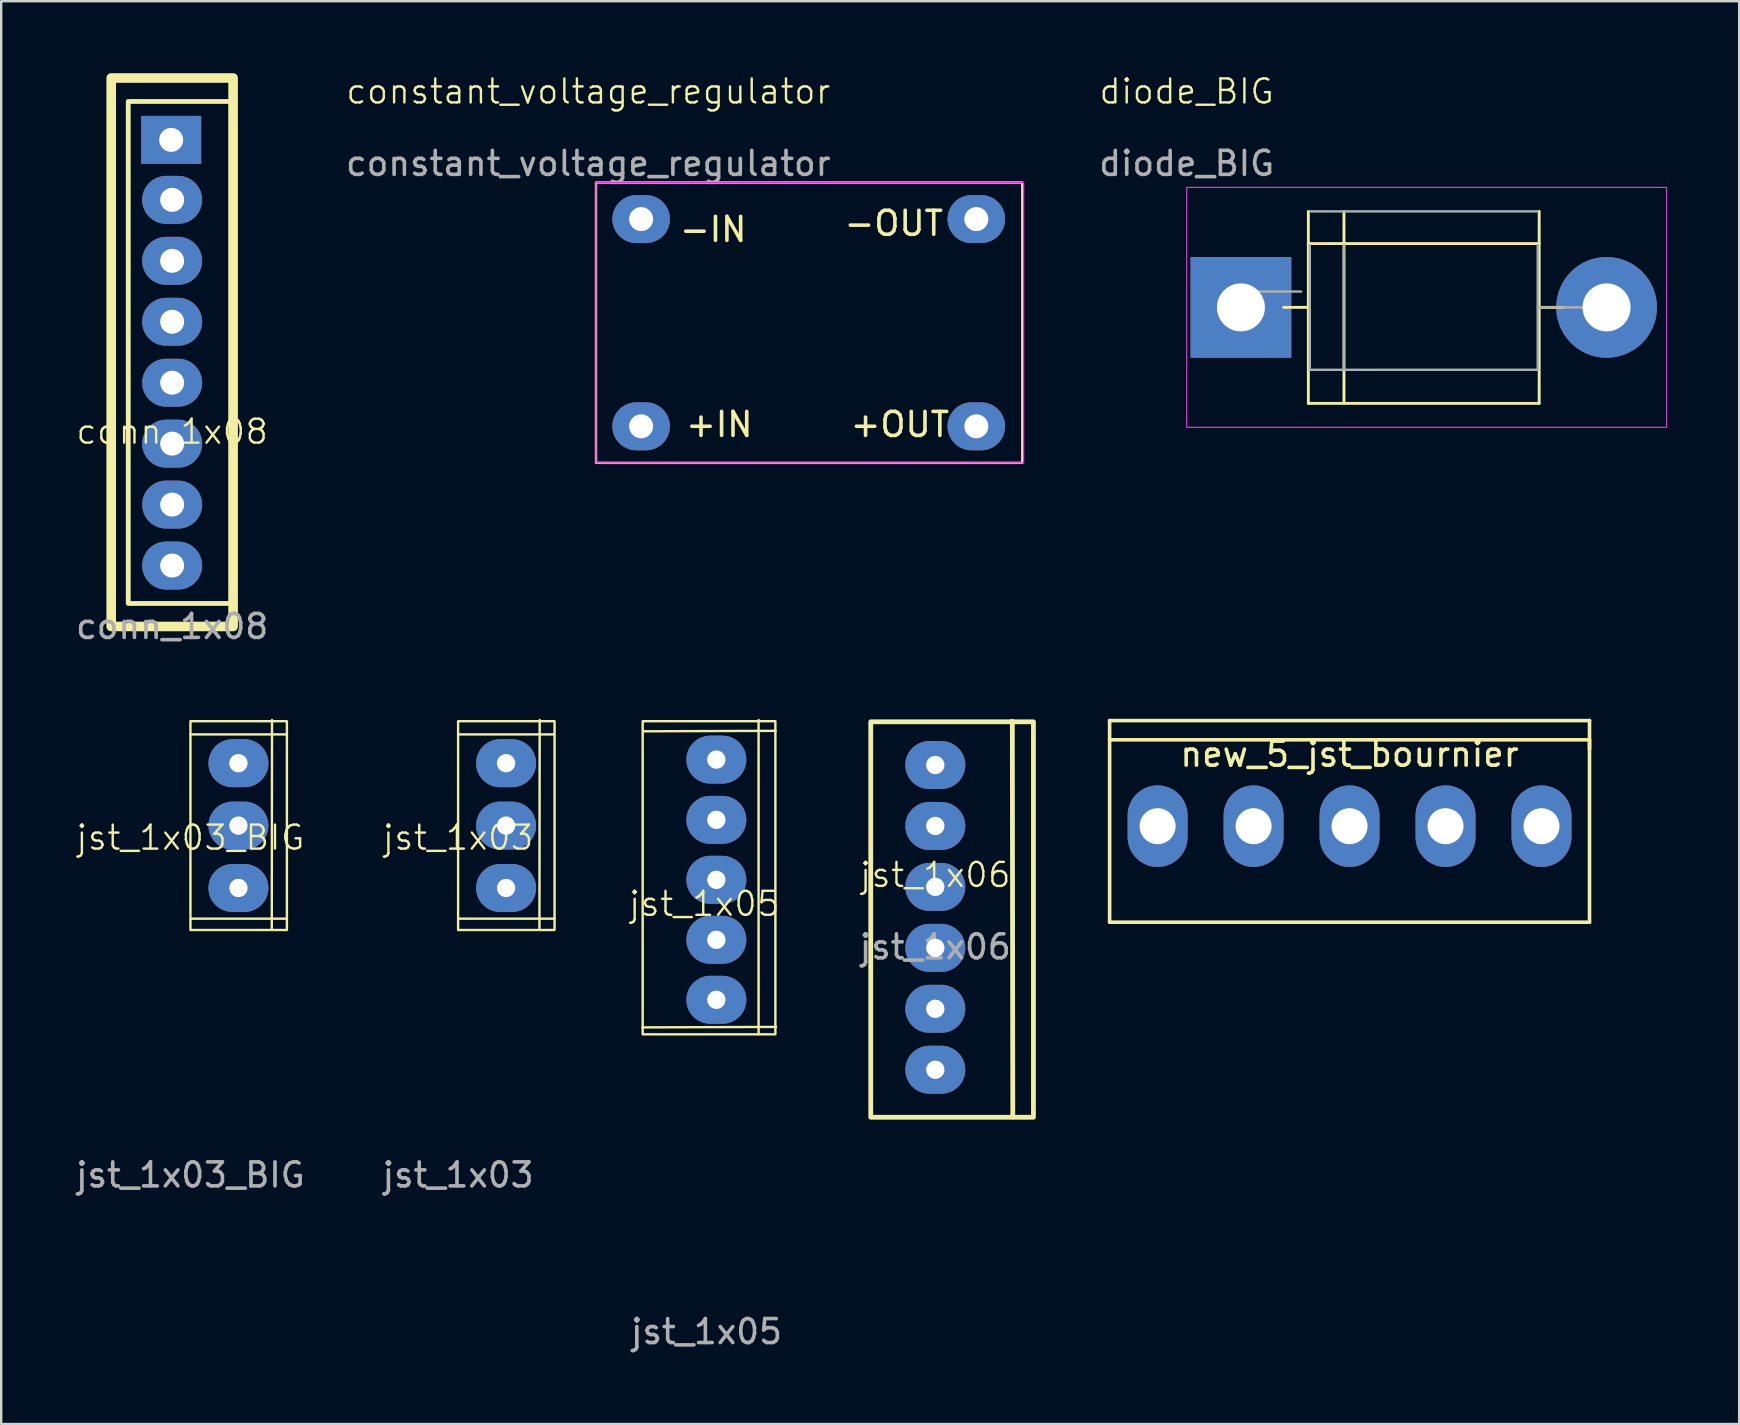
<source format=kicad_pcb>
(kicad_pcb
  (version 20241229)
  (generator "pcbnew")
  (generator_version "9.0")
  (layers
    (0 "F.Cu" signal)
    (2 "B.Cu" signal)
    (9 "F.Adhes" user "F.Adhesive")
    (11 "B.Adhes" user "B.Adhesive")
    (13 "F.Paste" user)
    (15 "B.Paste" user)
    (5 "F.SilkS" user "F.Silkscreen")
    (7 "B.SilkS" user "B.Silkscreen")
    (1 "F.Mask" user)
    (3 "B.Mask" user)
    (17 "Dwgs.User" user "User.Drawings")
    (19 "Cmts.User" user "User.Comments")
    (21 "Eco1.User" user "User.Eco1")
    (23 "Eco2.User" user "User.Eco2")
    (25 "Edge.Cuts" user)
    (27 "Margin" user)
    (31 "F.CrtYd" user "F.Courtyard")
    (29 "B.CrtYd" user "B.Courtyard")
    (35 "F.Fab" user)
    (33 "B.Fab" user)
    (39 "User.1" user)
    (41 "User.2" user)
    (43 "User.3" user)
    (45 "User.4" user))
  (footprint "jst_1x03"
    (layer "F.Cu")
    (at 16.042 35.758)
    (property "Reference" "jst_1x03" (at 0 -3.9 0) (unlocked yes) (layer "F.SilkS") (effects (font (size 1 1) (thickness 0.1))))
    (attr through_hole)
    (fp_line (start 0 -8.2) (end 4 -8.2) (stroke (width 0.1) (type default)) (layer "F.SilkS"))
    (fp_line (start 0.02 -0.52) (end 4.02 -0.52) (stroke (width 0.1) (type default)) (layer "F.SilkS"))
    (fp_line (start 3.4 -8.8) (end 3.39 -0.07) (stroke (width 0.1) (type default)) (layer "F.SilkS"))
    (fp_rect (start 0 -8.75) (end 4.02 -0.05) (stroke (width 0.1) (type default)) (fill no) (layer "F.SilkS"))
    (fp_text user "${REFERENCE}" (at 0 10.16 0) (unlocked yes) (layer "F.Fab") (effects (font (size 1 1) (thickness 0.15))))
    (pad "1" thru_hole oval (at 2 -7) (size 2.5 2) (drill 0.762) (layers "*.Cu" "*.Mask"))
    (pad "2" thru_hole oval (at 2 -4.4) (size 2.5 2) (drill 0.762) (layers "*.Cu" "*.Mask"))
    (pad "3" thru_hole oval (at 2 -1.8) (size 2.5 2) (drill 0.762) (layers "*.Cu" "*.Mask")))
  (footprint "diode_BIG"
    (layer "F.Cu")
    (at 46.407 4.761)
    (property "Reference" "diode_BIG" (at 0 -4 0) (unlocked yes) (layer "F.SilkS") (effects (font (size 1 1) (thickness 0.1))))
    (attr smd)
    (fp_line (start 4.04 5) (end 5.07 5) (stroke (width 0.12) (type solid)) (layer "F.SilkS"))
    (fp_line (start 5.07 1) (end 5.07 9) (stroke (width 0.12) (type solid)) (layer "F.SilkS"))
    (fp_line (start 5.07 9) (end 14.69 9) (stroke (width 0.12) (type solid)) (layer "F.SilkS"))
    (fp_line (start 6.555 1) (end 6.555 9) (stroke (width 0.12) (type solid)) (layer "F.SilkS"))
    (fp_line (start 14.69 2.34) (end 5.07 2.34) (stroke (width 0.12) (type solid)) (layer "F.SilkS"))
    (fp_line (start 14.69 9) (end 14.69 1) (stroke (width 0.12) (type solid)) (layer "F.SilkS"))
    (fp_line (start 15.72 5) (end 14.69 5) (stroke (width 0.12) (type solid)) (layer "F.SilkS"))
    (fp_rect (start 0 0) (end 20 10) (stroke (width 0.05) (type default)) (fill no) (layer "F.CrtYd"))
    (fp_line (start 1.9 4.34) (end 4.77 4.34) (stroke (width 0.1) (type solid)) (layer "F.Fab"))
    (fp_line (start 5.13 2.4) (end 5.13 7.6) (stroke (width 0.1) (type solid)) (layer "F.Fab"))
    (fp_line (start 5.13 7.6) (end 14.63 7.6) (stroke (width 0.1) (type solid)) (layer "F.Fab"))
    (fp_line (start 6.555 2.4) (end 6.555 7.6) (stroke (width 0.1) (type solid)) (layer "F.Fab"))
    (fp_line (start 14.63 1) (end 5.13 1) (stroke (width 0.1) (type solid)) (layer "F.Fab"))
    (fp_line (start 14.63 7.6) (end 14.63 2.4) (stroke (width 0.1) (type solid)) (layer "F.Fab"))
    (fp_line (start 17.5 5) (end 14.63 5) (stroke (width 0.1) (type solid)) (layer "F.Fab"))
    (fp_text user "${REFERENCE}" (at 0 -1 0) (unlocked yes) (layer "F.Fab") (effects (font (size 1 1) (thickness 0.15))))
    (pad "1" thru_hole rect (at 2.26 5) (size 4.2 4.2) (drill 2) (layers "*.Cu" "*.Mask"))
    (pad "2" thru_hole oval (at 17.5 5) (size 4.2 4.2) (drill 2) (layers "*.Cu" "*.Mask")))
  (footprint "jst_1x03_BIG"
    (layer "F.Cu")
    (at 4.887 35.758)
    (property "Reference" "jst_1x03_BIG" (at 0 -3.9 0) (unlocked yes) (layer "F.SilkS") (effects (font (size 1 1) (thickness 0.1))))
    (attr through_hole)
    (fp_line (start 0 -8.2) (end 4 -8.2) (stroke (width 0.1) (type default)) (layer "F.SilkS"))
    (fp_line (start 0.02 -0.52) (end 4.02 -0.52) (stroke (width 0.1) (type default)) (layer "F.SilkS"))
    (fp_line (start 3.4 -8.8) (end 3.39 -0.07) (stroke (width 0.1) (type default)) (layer "F.SilkS"))
    (fp_rect (start 0 -8.75) (end 4.02 -0.05) (stroke (width 0.1) (type default)) (fill no) (layer "F.SilkS"))
    (fp_text user "${REFERENCE}" (at 0 10.16 0) (unlocked yes) (layer "F.Fab") (effects (font (size 1 1) (thickness 0.15))))
    (pad "1" thru_hole oval (at 2 -7) (size 2.5 2) (drill 0.762) (layers "*.Cu" "*.Mask"))
    (pad "2" thru_hole oval (at 2 -4.4) (size 2.5 2) (drill 0.762) (layers "*.Cu" "*.Mask"))
    (pad "3" thru_hole oval (at 2 -1.8) (size 2.5 2) (drill 0.762) (layers "*.Cu" "*.Mask")))
  (footprint "conn_1x08"
    (layer "F.Cu")
    (at 4.125 15.44)
    (property "Reference" "conn_1x08" (at 0 -0.5 0) (unlocked yes) (layer "F.SilkS") (effects (font (size 1 1) (thickness 0.1))))
    (attr through_hole)
    (fp_rect (start -2.54 -15.24) (end 2.54 7.62) (stroke (width 0.4) (type default)) (fill no) (layer "F.SilkS"))
    (fp_rect (start -1.83 -14.26) (end 2.46 6.66) (stroke (width 0.2) (type default)) (fill no) (layer "F.SilkS"))
    (fp_text user "${REFERENCE}" (at 0 7.62 0) (unlocked yes) (layer "F.Fab") (effects (font (size 1 1) (thickness 0.15))))
    (pad "1" thru_hole rect (at -0.04 -12.66) (size 2.5 2) (drill 1) (layers "*.Cu" "*.Mask"))
    (pad "2" thru_hole oval (at 0 -10.16) (size 2.5 2) (drill 1) (layers "*.Cu" "*.Mask"))
    (pad "3" thru_hole oval (at 0 -7.62) (size 2.5 2) (drill 1) (layers "*.Cu" "*.Mask"))
    (pad "4" thru_hole oval (at 0 -5.08) (size 2.5 2) (drill 1) (layers "*.Cu" "*.Mask"))
    (pad "5" thru_hole oval (at 0 -2.54) (size 2.5 2) (drill 1) (layers "*.Cu" "*.Mask"))
    (pad "6" thru_hole oval (at 0 0) (size 2.5 2) (drill 1) (layers "*.Cu" "*.Mask"))
    (pad "7" thru_hole oval (at 0 2.54) (size 2.5 2) (drill 1) (layers "*.Cu" "*.Mask"))
    (pad "8" thru_hole oval (at 0 5.08) (size 2.5 2) (drill 1) (layers "*.Cu" "*.Mask")))
  (footprint "jst_1x05"
    (layer "F.Cu")
    (at 26.305 35.118)
    (property "Reference" "jst_1x05" (at 0 -0.5 0) (unlocked yes) (layer "F.SilkS") (effects (font (size 1 1) (thickness 0.1))))
    (attr through_hole)
    (fp_line (start -2.58 4.65) (end 2.99 4.63) (stroke (width 0.1) (type default)) (layer "F.SilkS"))
    (fp_line (start -2.54 -7.69) (end 2.97 -7.71) (stroke (width 0.1) (type default)) (layer "F.SilkS"))
    (fp_line (start 2.26 -8.16) (end 2.26 4.93) (stroke (width 0.1) (type default)) (layer "F.SilkS"))
    (fp_rect (start -2.57 -8.11) (end 2.96 4.94) (stroke (width 0.1) (type default)) (fill no) (layer "F.SilkS"))
    (fp_text user "${REFERENCE}" (at 0.09 17.33 0) (unlocked yes) (layer "F.Fab") (effects (font (size 1 1) (thickness 0.15))))
    (pad "1" thru_hole oval (at 0.5 3.5) (size 2.5 2) (drill 0.762) (layers "*.Cu" "*.Mask"))
    (pad "2" thru_hole oval (at 0.5 1) (size 2.5 2) (drill 0.762) (layers "*.Cu" "*.Mask"))
    (pad "3" thru_hole oval (at 0.5 -1.5) (size 2.5 2) (drill 0.762) (layers "*.Cu" "*.Mask"))
    (pad "4" thru_hole oval (at 0.5 -4) (size 2.5 2) (drill 0.762) (layers "*.Cu" "*.Mask"))
    (pad "5" thru_hole oval (at 0.5 -6.51) (size 2.5 2) (drill 0.762) (layers "*.Cu" "*.Mask")))
  (footprint "constant_voltage_regulator"
    (layer "F.Cu")
    (at 21.724 4.571)
    (property "Reference" "constant_voltage_regulator" (at -0.254 -3.81 0) (unlocked yes) (layer "F.SilkS") (effects (font (size 1 1) (thickness 0.1))))
    (attr through_hole)
    (fp_rect (start 0.066 -0.014) (end 17.832 11.67) (stroke (width 0.1) (type default)) (fill no) (layer "F.SilkS"))
    (fp_rect (start 0.066 -0.014) (end 17.89 11.67) (stroke (width 0.05) (type default)) (fill no) (layer "F.CrtYd"))
    (fp_text user "+IN" (at 3.724 10.654 0) (unlocked yes) (layer "F.SilkS") (effects (font (size 1 1) (thickness 0.15)) (justify left bottom)))
    (fp_text user "+OUT" (at 10.582 10.654 0) (unlocked yes) (layer "F.SilkS") (effects (font (size 1 1) (thickness 0.15)) (justify left bottom)))
    (fp_text user "-IN" (at 3.47 2.526 0) (unlocked yes) (layer "F.SilkS") (effects (font (size 1 1) (thickness 0.15)) (justify left bottom)))
    (fp_text user "-OUT" (at 10.328 2.272 0) (unlocked yes) (layer "F.SilkS") (effects (font (size 1 1) (thickness 0.15)) (justify left bottom)))
    (fp_text user "${REFERENCE}" (at -0.254 -0.81 0) (unlocked yes) (layer "F.Fab") (effects (font (size 1 1) (thickness 0.15))))
    (pad "1" thru_hole oval (at 1.946 10.146) (size 2.4 2) (drill 1) (layers "*.Cu" "*.Mask"))
    (pad "2" thru_hole oval (at 1.946 1.51) (size 2.4 2) (drill 1) (layers "*.Cu" "*.Mask"))
    (pad "3" thru_hole oval (at 15.916 10.146) (size 2.4 2) (drill 1) (layers "*.Cu" "*.Mask"))
    (pad "4" thru_hole oval (at 15.916 1.51) (size 2.4 2) (drill 1) (layers "*.Cu" "*.Mask")))
  (footprint "jst_1x06"
    (layer "F.Cu")
    (at 35.93 33.913)
    (property "Reference" "jst_1x06" (at 0 -0.5 0) (unlocked yes) (layer "F.SilkS") (effects (font (size 1 1) (thickness 0.1))))
    (attr through_hole)
    (fp_line (start 3.21 -6.905) (end 3.23 9.585) (stroke (width 0.2) (type default)) (layer "F.SilkS"))
    (fp_rect (start -2.69 -6.88) (end 4.09 9.6) (stroke (width 0.2) (type default)) (fill no) (layer "F.SilkS"))
    (fp_text user "${REFERENCE}" (at 0 2.5 0) (unlocked yes) (layer "F.Fab") (effects (font (size 1 1) (thickness 0.15))))
    (pad "1" thru_hole oval (at 0 -5.08) (size 2.5 2) (drill 0.762) (layers "*.Cu" "*.Mask"))
    (pad "2" thru_hole oval (at 0 -2.54) (size 2.5 2) (drill 0.762) (layers "*.Cu" "*.Mask"))
    (pad "3" thru_hole oval (at 0 0) (size 2.5 2) (drill 0.762) (layers "*.Cu" "*.Mask"))
    (pad "4" thru_hole oval (at 0 2.54) (size 2.5 2) (drill 0.762) (layers "*.Cu" "*.Mask"))
    (pad "5" thru_hole oval (at 0 5.08) (size 2.5 2) (drill 0.762) (layers "*.Cu" "*.Mask"))
    (pad "6" thru_hole oval (at 0 7.62) (size 2.5 2) (drill 0.762) (layers "*.Cu" "*.Mask")))
  (footprint "new_5_jst_bournier"
    (layer "F.Cu")
    (at 48.195 31.383)
    (property "Reference" "new_5_jst_bournier" (at 5 -3 0) (layer "F.SilkS") (effects (font (size 1 1) (thickness 0.15))))
    (attr through_hole)
    (fp_line (start -5 -4.4) (end 15 -4.4) (stroke (width 0.15) (type solid)) (layer "F.SilkS"))
    (fp_line (start -5 -3.6) (end 15 -3.6) (stroke (width 0.15) (type solid)) (layer "F.SilkS"))
    (fp_line (start -5 4) (end -5 -4.4) (stroke (width 0.15) (type solid)) (layer "F.SilkS"))
    (fp_line (start 15 -4.4) (end 15 -3.2) (stroke (width 0.15) (type solid)) (layer "F.SilkS"))
    (fp_line (start 15 -3.6) (end 15 4) (stroke (width 0.15) (type solid)) (layer "F.SilkS"))
    (fp_line (start 15 4) (end -5 4) (stroke (width 0.15) (type solid)) (layer "F.SilkS"))
    (fp_line (start -5 -4.4) (end 15 -4.4) (stroke (width 0.15) (type solid)) (layer "B.Paste"))
    (fp_line (start -5 -3.6) (end -5 -4.4) (stroke (width 0.15) (type solid)) (layer "B.Paste"))
    (fp_line (start -5 -3.6) (end -5 4) (stroke (width 0.15) (type solid)) (layer "B.Paste"))
    (fp_line (start -5 -3.6) (end 15 -3.6) (stroke (width 0.15) (type solid)) (layer "B.Paste"))
    (fp_line (start -5 4) (end 15 4) (stroke (width 0.15) (type solid)) (layer "B.Paste"))
    (fp_line (start 5 3.8) (end 5 4) (stroke (width 0.15) (type solid)) (layer "B.Paste"))
    (fp_line (start 15 -4.4) (end 15 -3.2) (stroke (width 0.15) (type solid)) (layer "B.Paste"))
    (fp_line (start 15 4) (end 15 -3.6) (stroke (width 0.15) (type solid)) (layer "B.Paste"))
    (pad "1" thru_hole oval (at -3 0) (size 2.5 3.4) (drill 1.5) (layers "*.Cu" "*.Mask"))
    (pad "2" thru_hole oval (at 1 0) (size 2.5 3.4) (drill 1.5) (layers "*.Cu" "*.Mask"))
    (pad "3" thru_hole oval (at 5 0) (size 2.5 3.4) (drill 1.5) (layers "*.Cu" "*.Mask"))
    (pad "4" thru_hole oval (at 9 0) (size 2.5 3.4) (drill 1.5) (layers "*.Cu" "*.Mask"))
    (pad "5" thru_hole oval (at 13 0) (size 2.5 3.4) (drill 1.5) (layers "*.Cu" "*.Mask")))
  (gr_rect
    (start -3 -3)
    (end 69.432 56.297)
    (stroke (width 0.1) (type default))
    (fill no)
    (layer "Edge.Cuts")))
</source>
